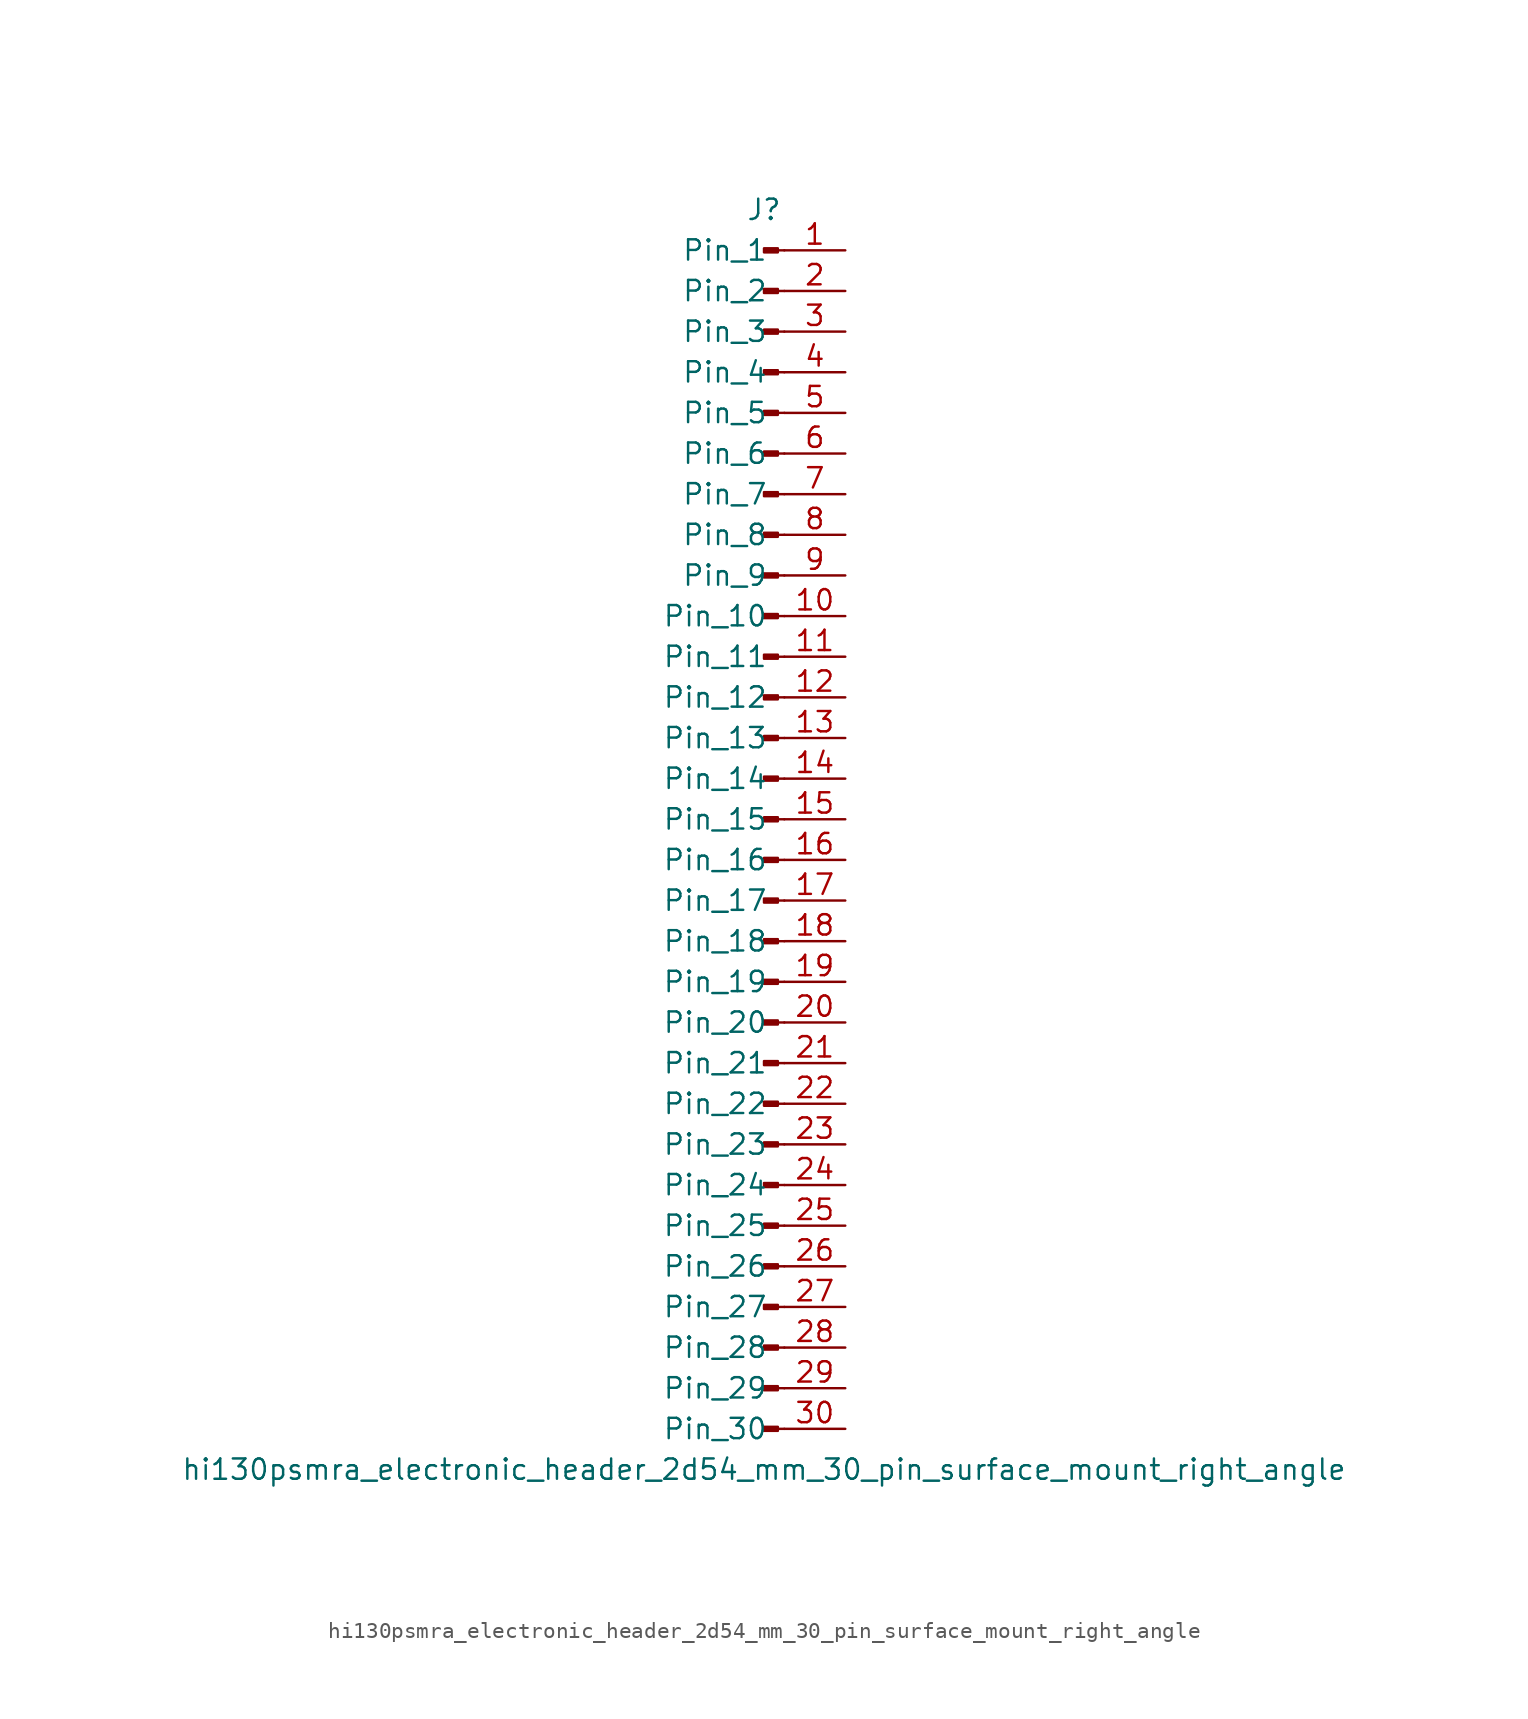
<source format=kicad_sym>
(kicad_symbol_lib
  (version 20220914)
  (generator kicad_symbol_editor)
  (symbol "hi130psmra_electronic_header_2d54_mm_30_pin_surface_mount_right_angle"
    (pin_names
      (offset 1.016))
    (property "Reference" "J"
      (at 0 38.1 0)
      (effects (font (size 1.27 1.27))))
    (property "Value" "hi130psmra_electronic_header_2d54_mm_30_pin_surface_mount_right_angle"
      (at 0 -40.64 0)
      (effects (font (size 1.27 1.27))))
    (property "ki_locked" ""
      (at 0 0 0)
      (effects (font (size 1.27 1.27))))
    (symbol "hi130psmra_electronic_header_2d54_mm_30_pin_surface_mount_right_angle_1_1"
      (polyline (pts (xy 1.27 -38.1) (xy 0.864 -38.1)) (stroke (width 0.152) (type default)) (fill (type none)))
      (polyline (pts (xy 1.27 -35.56) (xy 0.864 -35.56)) (stroke (width 0.152) (type default)) (fill (type none)))
      (polyline (pts (xy 1.27 -33.02) (xy 0.864 -33.02)) (stroke (width 0.152) (type default)) (fill (type none)))
      (polyline (pts (xy 1.27 -30.48) (xy 0.864 -30.48)) (stroke (width 0.152) (type default)) (fill (type none)))
      (polyline (pts (xy 1.27 -27.94) (xy 0.864 -27.94)) (stroke (width 0.152) (type default)) (fill (type none)))
      (polyline (pts (xy 1.27 -25.4) (xy 0.864 -25.4)) (stroke (width 0.152) (type default)) (fill (type none)))
      (polyline (pts (xy 1.27 -22.86) (xy 0.864 -22.86)) (stroke (width 0.152) (type default)) (fill (type none)))
      (polyline (pts (xy 1.27 -20.32) (xy 0.864 -20.32)) (stroke (width 0.152) (type default)) (fill (type none)))
      (polyline (pts (xy 1.27 -17.78) (xy 0.864 -17.78)) (stroke (width 0.152) (type default)) (fill (type none)))
      (polyline (pts (xy 1.27 -15.24) (xy 0.864 -15.24)) (stroke (width 0.152) (type default)) (fill (type none)))
      (polyline (pts (xy 1.27 -12.7) (xy 0.864 -12.7)) (stroke (width 0.152) (type default)) (fill (type none)))
      (polyline (pts (xy 1.27 -10.16) (xy 0.864 -10.16)) (stroke (width 0.152) (type default)) (fill (type none)))
      (polyline (pts (xy 1.27 -7.62) (xy 0.864 -7.62)) (stroke (width 0.152) (type default)) (fill (type none)))
      (polyline (pts (xy 1.27 -5.08) (xy 0.864 -5.08)) (stroke (width 0.152) (type default)) (fill (type none)))
      (polyline (pts (xy 1.27 -2.54) (xy 0.864 -2.54)) (stroke (width 0.152) (type default)) (fill (type none)))
      (polyline (pts (xy 1.27 0) (xy 0.864 0)) (stroke (width 0.152) (type default)) (fill (type none)))
      (polyline (pts (xy 1.27 2.54) (xy 0.864 2.54)) (stroke (width 0.152) (type default)) (fill (type none)))
      (polyline (pts (xy 1.27 5.08) (xy 0.864 5.08)) (stroke (width 0.152) (type default)) (fill (type none)))
      (polyline (pts (xy 1.27 7.62) (xy 0.864 7.62)) (stroke (width 0.152) (type default)) (fill (type none)))
      (polyline (pts (xy 1.27 10.16) (xy 0.864 10.16)) (stroke (width 0.152) (type default)) (fill (type none)))
      (polyline (pts (xy 1.27 12.7) (xy 0.864 12.7)) (stroke (width 0.152) (type default)) (fill (type none)))
      (polyline (pts (xy 1.27 15.24) (xy 0.864 15.24)) (stroke (width 0.152) (type default)) (fill (type none)))
      (polyline (pts (xy 1.27 17.78) (xy 0.864 17.78)) (stroke (width 0.152) (type default)) (fill (type none)))
      (polyline (pts (xy 1.27 20.32) (xy 0.864 20.32)) (stroke (width 0.152) (type default)) (fill (type none)))
      (polyline (pts (xy 1.27 22.86) (xy 0.864 22.86)) (stroke (width 0.152) (type default)) (fill (type none)))
      (polyline (pts (xy 1.27 25.4) (xy 0.864 25.4)) (stroke (width 0.152) (type default)) (fill (type none)))
      (polyline (pts (xy 1.27 27.94) (xy 0.864 27.94)) (stroke (width 0.152) (type default)) (fill (type none)))
      (polyline (pts (xy 1.27 30.48) (xy 0.864 30.48)) (stroke (width 0.152) (type default)) (fill (type none)))
      (polyline (pts (xy 1.27 33.02) (xy 0.864 33.02)) (stroke (width 0.152) (type default)) (fill (type none)))
      (polyline (pts (xy 1.27 35.56) (xy 0.864 35.56)) (stroke (width 0.152) (type default)) (fill (type none)))
      (rectangle (start 0.864 -37.973) (end 0 -38.227) (stroke (width 0.152) (type default)) (fill (type outline)))
      (rectangle (start 0.864 -35.433) (end 0 -35.687) (stroke (width 0.152) (type default)) (fill (type outline)))
      (rectangle (start 0.864 -32.893) (end 0 -33.147) (stroke (width 0.152) (type default)) (fill (type outline)))
      (rectangle (start 0.864 -30.353) (end 0 -30.607) (stroke (width 0.152) (type default)) (fill (type outline)))
      (rectangle (start 0.864 -27.813) (end 0 -28.067) (stroke (width 0.152) (type default)) (fill (type outline)))
      (rectangle (start 0.864 -25.273) (end 0 -25.527) (stroke (width 0.152) (type default)) (fill (type outline)))
      (rectangle (start 0.864 -22.733) (end 0 -22.987) (stroke (width 0.152) (type default)) (fill (type outline)))
      (rectangle (start 0.864 -20.193) (end 0 -20.447) (stroke (width 0.152) (type default)) (fill (type outline)))
      (rectangle (start 0.864 -17.653) (end 0 -17.907) (stroke (width 0.152) (type default)) (fill (type outline)))
      (rectangle (start 0.864 -15.113) (end 0 -15.367) (stroke (width 0.152) (type default)) (fill (type outline)))
      (rectangle (start 0.864 -12.573) (end 0 -12.827) (stroke (width 0.152) (type default)) (fill (type outline)))
      (rectangle (start 0.864 -10.033) (end 0 -10.287) (stroke (width 0.152) (type default)) (fill (type outline)))
      (rectangle (start 0.864 -7.493) (end 0 -7.747) (stroke (width 0.152) (type default)) (fill (type outline)))
      (rectangle (start 0.864 -4.953) (end 0 -5.207) (stroke (width 0.152) (type default)) (fill (type outline)))
      (rectangle (start 0.864 -2.413) (end 0 -2.667) (stroke (width 0.152) (type default)) (fill (type outline)))
      (rectangle (start 0.864 0.127) (end 0 -0.127) (stroke (width 0.152) (type default)) (fill (type outline)))
      (rectangle (start 0.864 2.667) (end 0 2.413) (stroke (width 0.152) (type default)) (fill (type outline)))
      (rectangle (start 0.864 5.207) (end 0 4.953) (stroke (width 0.152) (type default)) (fill (type outline)))
      (rectangle (start 0.864 7.747) (end 0 7.493) (stroke (width 0.152) (type default)) (fill (type outline)))
      (rectangle (start 0.864 10.287) (end 0 10.033) (stroke (width 0.152) (type default)) (fill (type outline)))
      (rectangle (start 0.864 12.827) (end 0 12.573) (stroke (width 0.152) (type default)) (fill (type outline)))
      (rectangle (start 0.864 15.367) (end 0 15.113) (stroke (width 0.152) (type default)) (fill (type outline)))
      (rectangle (start 0.864 17.907) (end 0 17.653) (stroke (width 0.152) (type default)) (fill (type outline)))
      (rectangle (start 0.864 20.447) (end 0 20.193) (stroke (width 0.152) (type default)) (fill (type outline)))
      (rectangle (start 0.864 22.987) (end 0 22.733) (stroke (width 0.152) (type default)) (fill (type outline)))
      (rectangle (start 0.864 25.527) (end 0 25.273) (stroke (width 0.152) (type default)) (fill (type outline)))
      (rectangle (start 0.864 28.067) (end 0 27.813) (stroke (width 0.152) (type default)) (fill (type outline)))
      (rectangle (start 0.864 30.607) (end 0 30.353) (stroke (width 0.152) (type default)) (fill (type outline)))
      (rectangle (start 0.864 33.147) (end 0 32.893) (stroke (width 0.152) (type default)) (fill (type outline)))
      (rectangle (start 0.864 35.687) (end 0 35.433) (stroke (width 0.152) (type default)) (fill (type outline)))
      (pin passive line (at 5.08 35.56 180) (length 3.81) (name "Pin_1" (effects (font (size 1.27 1.27)))) (number "1" (effects (font (size 1.27 1.27)))))
      (pin passive line (at 5.08 12.7 180) (length 3.81) (name "Pin_10" (effects (font (size 1.27 1.27)))) (number "10" (effects (font (size 1.27 1.27)))))
      (pin passive line (at 5.08 10.16 180) (length 3.81) (name "Pin_11" (effects (font (size 1.27 1.27)))) (number "11" (effects (font (size 1.27 1.27)))))
      (pin passive line (at 5.08 7.62 180) (length 3.81) (name "Pin_12" (effects (font (size 1.27 1.27)))) (number "12" (effects (font (size 1.27 1.27)))))
      (pin passive line (at 5.08 5.08 180) (length 3.81) (name "Pin_13" (effects (font (size 1.27 1.27)))) (number "13" (effects (font (size 1.27 1.27)))))
      (pin passive line (at 5.08 2.54 180) (length 3.81) (name "Pin_14" (effects (font (size 1.27 1.27)))) (number "14" (effects (font (size 1.27 1.27)))))
      (pin passive line (at 5.08 0 180) (length 3.81) (name "Pin_15" (effects (font (size 1.27 1.27)))) (number "15" (effects (font (size 1.27 1.27)))))
      (pin passive line (at 5.08 -2.54 180) (length 3.81) (name "Pin_16" (effects (font (size 1.27 1.27)))) (number "16" (effects (font (size 1.27 1.27)))))
      (pin passive line (at 5.08 -5.08 180) (length 3.81) (name "Pin_17" (effects (font (size 1.27 1.27)))) (number "17" (effects (font (size 1.27 1.27)))))
      (pin passive line (at 5.08 -7.62 180) (length 3.81) (name "Pin_18" (effects (font (size 1.27 1.27)))) (number "18" (effects (font (size 1.27 1.27)))))
      (pin passive line (at 5.08 -10.16 180) (length 3.81) (name "Pin_19" (effects (font (size 1.27 1.27)))) (number "19" (effects (font (size 1.27 1.27)))))
      (pin passive line (at 5.08 33.02 180) (length 3.81) (name "Pin_2" (effects (font (size 1.27 1.27)))) (number "2" (effects (font (size 1.27 1.27)))))
      (pin passive line (at 5.08 -12.7 180) (length 3.81) (name "Pin_20" (effects (font (size 1.27 1.27)))) (number "20" (effects (font (size 1.27 1.27)))))
      (pin passive line (at 5.08 -15.24 180) (length 3.81) (name "Pin_21" (effects (font (size 1.27 1.27)))) (number "21" (effects (font (size 1.27 1.27)))))
      (pin passive line (at 5.08 -17.78 180) (length 3.81) (name "Pin_22" (effects (font (size 1.27 1.27)))) (number "22" (effects (font (size 1.27 1.27)))))
      (pin passive line (at 5.08 -20.32 180) (length 3.81) (name "Pin_23" (effects (font (size 1.27 1.27)))) (number "23" (effects (font (size 1.27 1.27)))))
      (pin passive line (at 5.08 -22.86 180) (length 3.81) (name "Pin_24" (effects (font (size 1.27 1.27)))) (number "24" (effects (font (size 1.27 1.27)))))
      (pin passive line (at 5.08 -25.4 180) (length 3.81) (name "Pin_25" (effects (font (size 1.27 1.27)))) (number "25" (effects (font (size 1.27 1.27)))))
      (pin passive line (at 5.08 -27.94 180) (length 3.81) (name "Pin_26" (effects (font (size 1.27 1.27)))) (number "26" (effects (font (size 1.27 1.27)))))
      (pin passive line (at 5.08 -30.48 180) (length 3.81) (name "Pin_27" (effects (font (size 1.27 1.27)))) (number "27" (effects (font (size 1.27 1.27)))))
      (pin passive line (at 5.08 -33.02 180) (length 3.81) (name "Pin_28" (effects (font (size 1.27 1.27)))) (number "28" (effects (font (size 1.27 1.27)))))
      (pin passive line (at 5.08 -35.56 180) (length 3.81) (name "Pin_29" (effects (font (size 1.27 1.27)))) (number "29" (effects (font (size 1.27 1.27)))))
      (pin passive line (at 5.08 30.48 180) (length 3.81) (name "Pin_3" (effects (font (size 1.27 1.27)))) (number "3" (effects (font (size 1.27 1.27)))))
      (pin passive line (at 5.08 -38.1 180) (length 3.81) (name "Pin_30" (effects (font (size 1.27 1.27)))) (number "30" (effects (font (size 1.27 1.27)))))
      (pin passive line (at 5.08 27.94 180) (length 3.81) (name "Pin_4" (effects (font (size 1.27 1.27)))) (number "4" (effects (font (size 1.27 1.27)))))
      (pin passive line (at 5.08 25.4 180) (length 3.81) (name "Pin_5" (effects (font (size 1.27 1.27)))) (number "5" (effects (font (size 1.27 1.27)))))
      (pin passive line (at 5.08 22.86 180) (length 3.81) (name "Pin_6" (effects (font (size 1.27 1.27)))) (number "6" (effects (font (size 1.27 1.27)))))
      (pin passive line (at 5.08 20.32 180) (length 3.81) (name "Pin_7" (effects (font (size 1.27 1.27)))) (number "7" (effects (font (size 1.27 1.27)))))
      (pin passive line (at 5.08 17.78 180) (length 3.81) (name "Pin_8" (effects (font (size 1.27 1.27)))) (number "8" (effects (font (size 1.27 1.27)))))
      (pin passive line (at 5.08 15.24 180) (length 3.81) (name "Pin_9" (effects (font (size 1.27 1.27)))) (number "9" (effects (font (size 1.27 1.27))))))))
</source>
